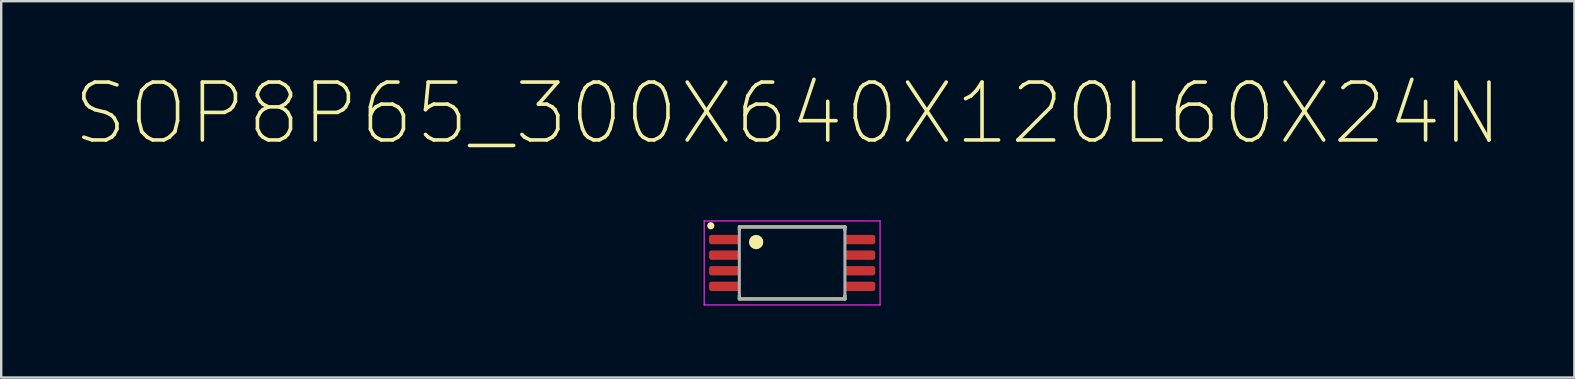
<source format=kicad_pcb>
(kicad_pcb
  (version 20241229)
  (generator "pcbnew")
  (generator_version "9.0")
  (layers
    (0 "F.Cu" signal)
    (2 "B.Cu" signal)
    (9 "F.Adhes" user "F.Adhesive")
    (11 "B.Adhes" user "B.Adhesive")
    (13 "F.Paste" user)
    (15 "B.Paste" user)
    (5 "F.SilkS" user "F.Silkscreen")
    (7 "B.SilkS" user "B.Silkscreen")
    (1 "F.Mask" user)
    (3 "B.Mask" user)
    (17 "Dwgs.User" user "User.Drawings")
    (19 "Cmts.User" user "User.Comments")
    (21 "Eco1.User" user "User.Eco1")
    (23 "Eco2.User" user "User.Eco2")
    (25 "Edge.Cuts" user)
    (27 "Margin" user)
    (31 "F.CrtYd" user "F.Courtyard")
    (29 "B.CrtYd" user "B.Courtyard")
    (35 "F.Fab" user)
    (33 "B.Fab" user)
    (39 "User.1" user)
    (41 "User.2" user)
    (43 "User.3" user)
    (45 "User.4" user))
  (footprint "SOP8P65_300X640X120L60X24N"
    (layer "F.Cu")
    (at 29.96 7.907)
    (property "Reference" "SOP8P65_300X640X120L60X24N" (at -0.181 -6.233 0) (layer "F.SilkS") (effects (font (size 2.411 2.411) (thickness 0.15))))
    (attr smd)
    (fp_line (start -2.2 -1.5) (end 2.2 -1.5) (stroke (width 0.127) (type solid)) (layer "F.SilkS"))
    (fp_line (start -2.2 -1.37) (end -2.2 -1.5) (stroke (width 0.127) (type solid)) (layer "F.SilkS"))
    (fp_line (start -2.2 1.36) (end -2.2 1.5) (stroke (width 0.127) (type solid)) (layer "F.SilkS"))
    (fp_line (start -2.2 1.5) (end 2.2 1.5) (stroke (width 0.127) (type solid)) (layer "F.SilkS"))
    (fp_line (start 2.2 -1.5) (end 2.2 -1.37) (stroke (width 0.127) (type solid)) (layer "F.SilkS"))
    (fp_line (start 2.2 1.5) (end 2.2 1.36) (stroke (width 0.127) (type solid)) (layer "F.SilkS"))
    (fp_circle (center -3.39 -1.55) (end -3.315 -1.55) (stroke (width 0.15) (type solid)) (fill no) (layer "F.SilkS"))
    (fp_circle (center -1.5 -0.87) (end -1.35 -0.87) (stroke (width 0.3) (type solid)) (fill no) (layer "F.SilkS"))
    (fp_line (start -3.665 -1.75) (end 3.665 -1.75) (stroke (width 0.05) (type solid)) (layer "F.CrtYd"))
    (fp_line (start -3.665 1.75) (end -3.665 -1.75) (stroke (width 0.05) (type solid)) (layer "F.CrtYd"))
    (fp_line (start 3.665 -1.75) (end 3.665 1.75) (stroke (width 0.05) (type solid)) (layer "F.CrtYd"))
    (fp_line (start 3.665 1.75) (end -3.665 1.75) (stroke (width 0.05) (type solid)) (layer "F.CrtYd"))
    (fp_line (start -2.2 -1.5) (end 2.2 -1.5) (stroke (width 0.127) (type solid)) (layer "F.Fab"))
    (fp_line (start -2.2 1.5) (end -2.2 -1.5) (stroke (width 0.127) (type solid)) (layer "F.Fab"))
    (fp_line (start 2.2 -1.5) (end 2.2 1.5) (stroke (width 0.127) (type solid)) (layer "F.Fab"))
    (fp_line (start 2.2 1.5) (end -2.2 1.5) (stroke (width 0.127) (type solid)) (layer "F.Fab"))
    (pad "1" smd roundrect (at -2.82 -0.975) (size 1.29 0.39) (layers "F.Cu" "F.Mask" "F.Paste") (roundrect_rratio 0.265))
    (pad "2" smd roundrect (at -2.82 -0.325) (size 1.29 0.39) (layers "F.Cu" "F.Mask" "F.Paste") (roundrect_rratio 0.265))
    (pad "3" smd roundrect (at -2.82 0.325) (size 1.29 0.39) (layers "F.Cu" "F.Mask" "F.Paste") (roundrect_rratio 0.265))
    (pad "4" smd roundrect (at -2.82 0.975) (size 1.29 0.39) (layers "F.Cu" "F.Mask" "F.Paste") (roundrect_rratio 0.265))
    (pad "5" smd roundrect (at 2.82 0.975) (size 1.29 0.39) (layers "F.Cu" "F.Mask" "F.Paste") (roundrect_rratio 0.265))
    (pad "6" smd roundrect (at 2.82 0.325) (size 1.29 0.39) (layers "F.Cu" "F.Mask" "F.Paste") (roundrect_rratio 0.265))
    (pad "7" smd roundrect (at 2.82 -0.325) (size 1.29 0.39) (layers "F.Cu" "F.Mask" "F.Paste") (roundrect_rratio 0.265))
    (pad "8" smd roundrect (at 2.82 -0.975) (size 1.29 0.39) (layers "F.Cu" "F.Mask" "F.Paste") (roundrect_rratio 0.265)))
  (gr_rect
    (start -3 -3)
    (end 62.557 12.682)
    (stroke (width 0.1) (type default))
    (fill no)
    (layer "Edge.Cuts")))
</source>
